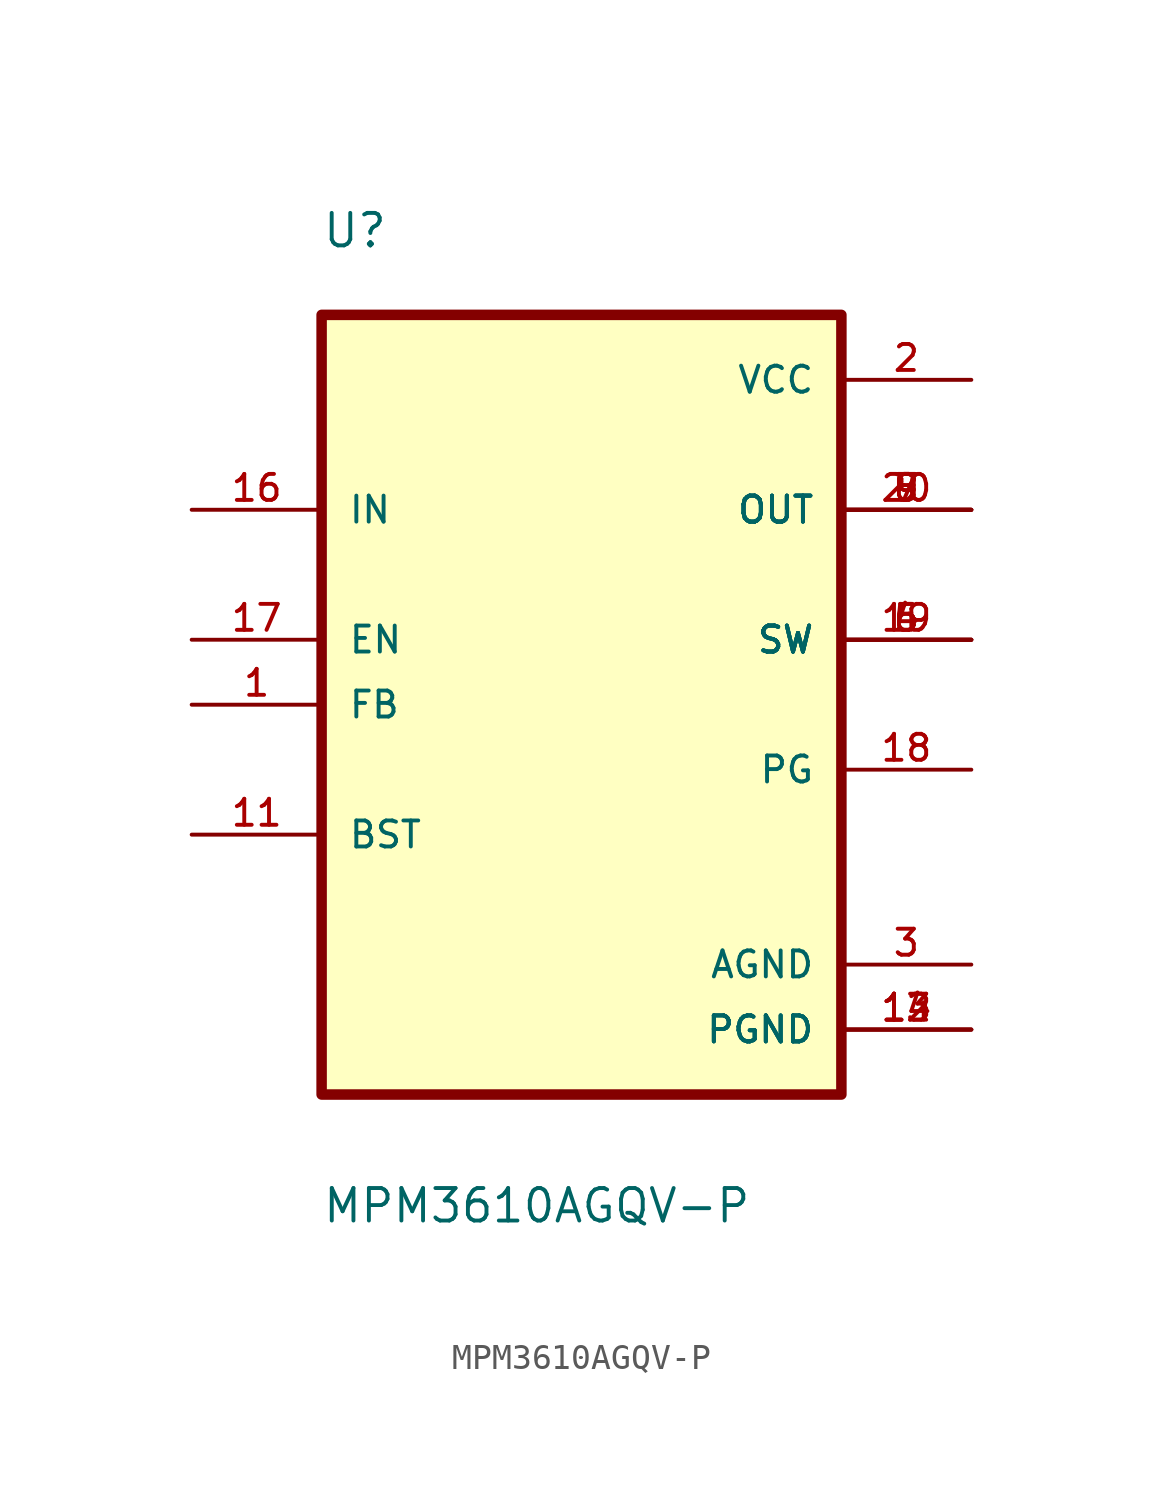
<source format=kicad_sym>
(kicad_symbol_lib
  (version 20211014)
  (generator kicad_symbol_editor)
  (symbol "MPM3610AGQV-P"
    (pin_names
      (offset 1.016))
    (property "Reference" "U"
      (at -10.168 17.793 0.0)
      (effects (font (size 1.27 1.27)) (justify bottom left)))
    (property "Value" "MPM3610AGQV-P"
      (at -10.165 -20.329 0.0)
      (effects (font (size 1.27 1.27)) (justify bottom left)))
    (symbol "MPM3610AGQV-P_0_0"
      (rectangle (start -10.16 -15.24) (end 10.16 15.24) (stroke (width 0.41)) (fill (type background)))
      (pin input line (at -15.24 2.54 0) (length 5.08) (name "EN" (effects (font (size 1.016 1.016)))) (number "17" (effects (font (size 1.016 1.016)))))
      (pin input line (at -15.24 0.0 0) (length 5.08) (name "FB" (effects (font (size 1.016 1.016)))) (number "1" (effects (font (size 1.016 1.016)))))
      (pin bidirectional line (at -15.24 -5.08 0) (length 5.08) (name "BST" (effects (font (size 1.016 1.016)))) (number "11" (effects (font (size 1.016 1.016)))))
      (pin output line (at 15.24 -2.54 180.0) (length 5.08) (name "PG" (effects (font (size 1.016 1.016)))) (number "18" (effects (font (size 1.016 1.016)))))
      (pin input line (at -15.24 7.62 0) (length 5.08) (name "IN" (effects (font (size 1.016 1.016)))) (number "16" (effects (font (size 1.016 1.016)))))
      (pin power_in line (at 15.24 12.7 180.0) (length 5.08) (name "VCC" (effects (font (size 1.016 1.016)))) (number "2" (effects (font (size 1.016 1.016)))))
      (pin output line (at 15.24 7.62 180.0) (length 5.08) (name "OUT" (effects (font (size 1.016 1.016)))) (number "7" (effects (font (size 1.016 1.016)))))
      (pin output line (at 15.24 7.62 180.0) (length 5.08) (name "OUT" (effects (font (size 1.016 1.016)))) (number "8" (effects (font (size 1.016 1.016)))))
      (pin output line (at 15.24 7.62 180.0) (length 5.08) (name "OUT" (effects (font (size 1.016 1.016)))) (number "9" (effects (font (size 1.016 1.016)))))
      (pin output line (at 15.24 7.62 180.0) (length 5.08) (name "OUT" (effects (font (size 1.016 1.016)))) (number "20" (effects (font (size 1.016 1.016)))))
      (pin output line (at 15.24 2.54 180.0) (length 5.08) (name "SW" (effects (font (size 1.016 1.016)))) (number "4" (effects (font (size 1.016 1.016)))))
      (pin output line (at 15.24 2.54 180.0) (length 5.08) (name "SW" (effects (font (size 1.016 1.016)))) (number "5" (effects (font (size 1.016 1.016)))))
      (pin output line (at 15.24 2.54 180.0) (length 5.08) (name "SW" (effects (font (size 1.016 1.016)))) (number "6" (effects (font (size 1.016 1.016)))))
      (pin output line (at 15.24 2.54 180.0) (length 5.08) (name "SW" (effects (font (size 1.016 1.016)))) (number "19" (effects (font (size 1.016 1.016)))))
      (pin power_in line (at 15.24 -10.16 180.0) (length 5.08) (name "AGND" (effects (font (size 1.016 1.016)))) (number "3" (effects (font (size 1.016 1.016)))))
      (pin power_in line (at 15.24 -12.7 180.0) (length 5.08) (name "PGND" (effects (font (size 1.016 1.016)))) (number "12" (effects (font (size 1.016 1.016)))))
      (pin power_in line (at 15.24 -12.7 180.0) (length 5.08) (name "PGND" (effects (font (size 1.016 1.016)))) (number "13" (effects (font (size 1.016 1.016)))))
      (pin power_in line (at 15.24 -12.7 180.0) (length 5.08) (name "PGND" (effects (font (size 1.016 1.016)))) (number "14" (effects (font (size 1.016 1.016))))))))
</source>
